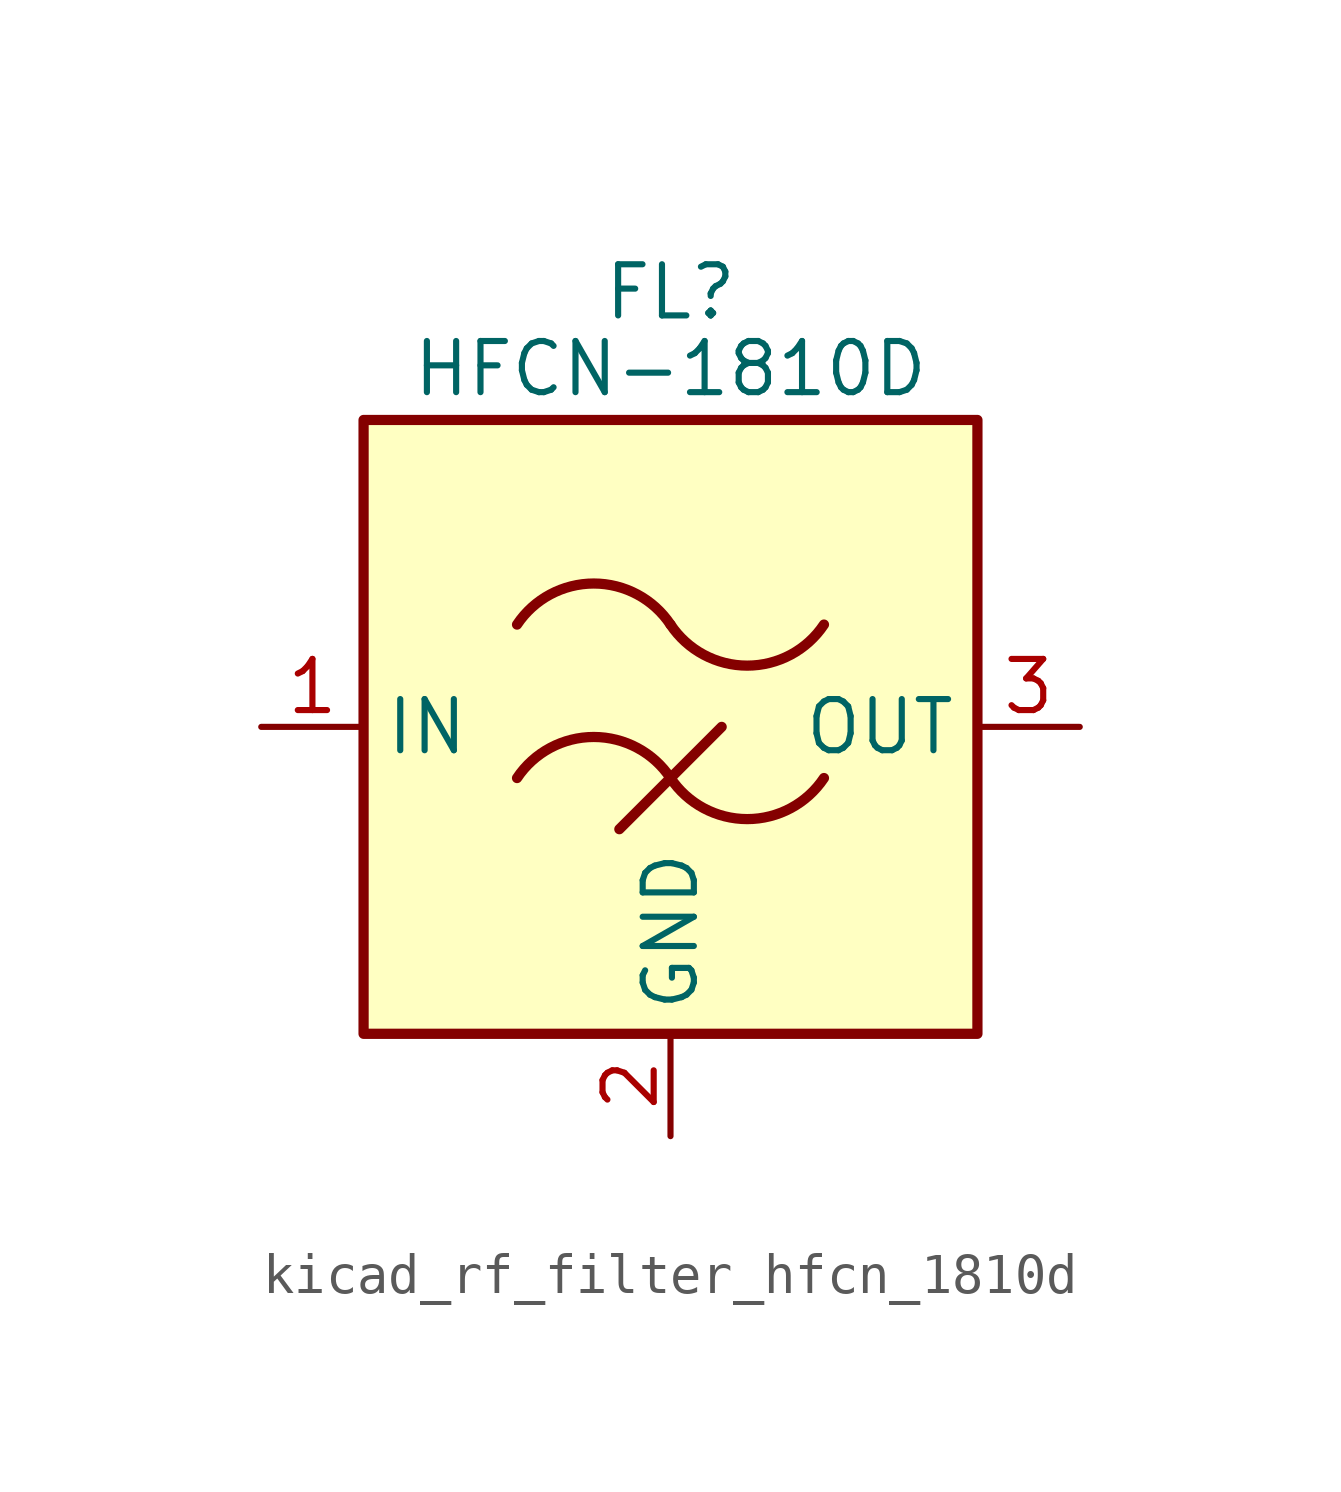
<source format=kicad_sym>
(kicad_symbol_lib
  (version 20220914)
  (generator kicad_symbol_editor)
  (symbol "kicad_rf_filter_hfcn_1810d"
    (property "Reference" "FL"
      (at 0 10.795 0)
      (effects (font (size 1.27 1.27))))
    (property "Value" "HFCN-1810D"
      (at 0 8.89 0)
      (effects (font (size 1.27 1.27))))
    (symbol "kicad_rf_filter_hfcn_1810d_0_1"
      (rectangle (start -7.62 7.62) (end 7.62 -7.62) (stroke (width 0.254) (type default)) (fill (type background)))
      (arc (start 0 -1.27) (mid -1.905 -0.2505) (end -3.81 -1.27) (stroke (width 0.254) (type default)) (fill (type none)))
      (arc (start 0 -1.27) (mid 1.905 -2.2895) (end 3.81 -1.27) (stroke (width 0.254) (type default)) (fill (type none)))
      (polyline (pts (xy -1.27 -2.54) (xy 1.27 0)) (stroke (width 0.254) (type default)) (fill (type none)))
      (arc (start 0 2.54) (mid -1.905 3.5595) (end -3.81 2.54) (stroke (width 0.254) (type default)) (fill (type none)))
      (arc (start 0 2.54) (mid 1.905 1.5205) (end 3.81 2.54) (stroke (width 0.254) (type default)) (fill (type none))))
    (symbol "kicad_rf_filter_hfcn_1810d_1_1"
      (pin passive line (at -10.16 0 0) (length 2.54) (name "IN" (effects (font (size 1.27 1.27)))) (number "1" (effects (font (size 1.27 1.27)))))
      (pin passive line (at 0 -10.16 90) (length 2.54) (name "GND" (effects (font (size 1.27 1.27)))) (number "2" (effects (font (size 1.27 1.27)))))
      (pin passive line (at 10.16 0 180) (length 2.54) (name "OUT" (effects (font (size 1.27 1.27)))) (number "3" (effects (font (size 1.27 1.27)))))
      (pin passive line (at 0 -10.16 90) (length 2.54) hide (name "GND" (effects (font (size 1.27 1.27)))) (number "4" (effects (font (size 1.27 1.27))))))))
</source>
